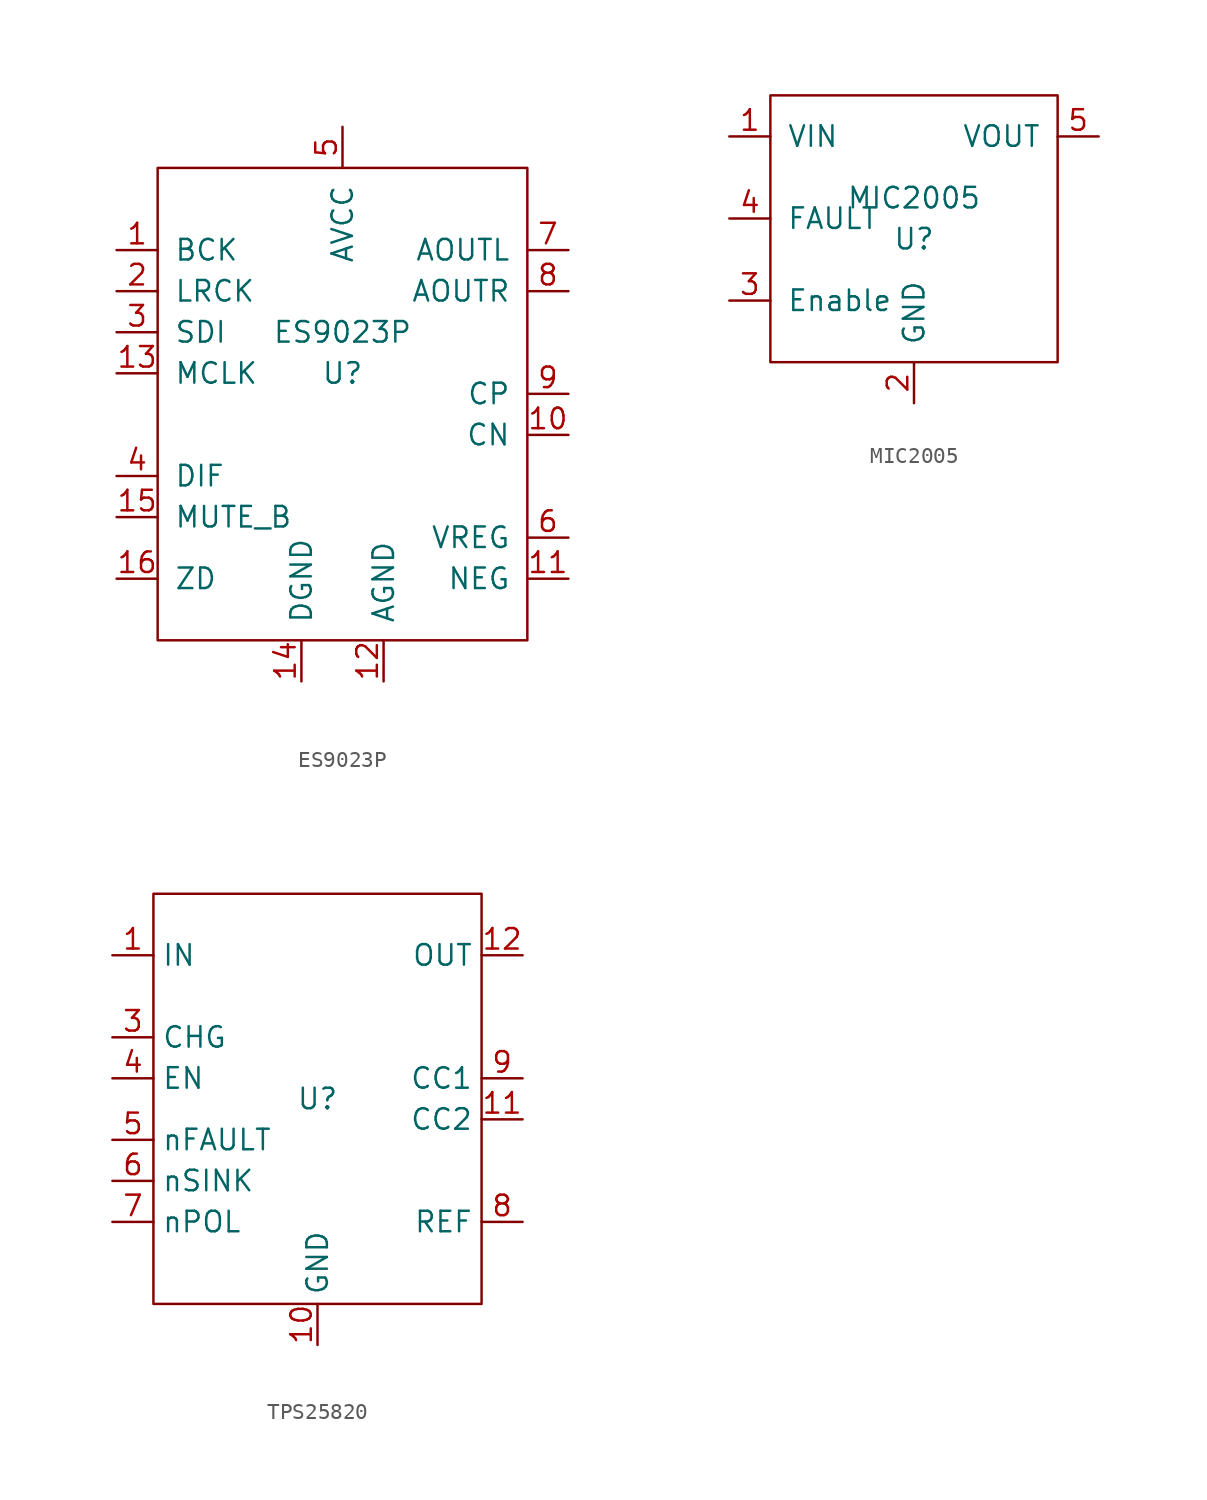
<source format=kicad_sym>
(kicad_symbol_lib
  (version 20220914)
  (generator kicad_symbol_editor)
  (symbol "ES9023P"
    (pin_names
      (offset 1.016))
    (property "Reference" "U"
      (at 0 2.54 0)
      (effects (font (size 1.27 1.27))))
    (property "Value" "ES9023P"
      (at 0 5.08 0)
      (effects (font (size 1.27 1.27))))
    (symbol "ES9023P_0_1"
      (rectangle (start 11.43 15.24) (end -11.43 -13.97) (stroke (width 0) (type solid)) (fill (type none))))
    (symbol "ES9023P_1_1"
      (pin input line (at -13.97 10.16 0) (length 2.54) (name "BCK" (effects (font (size 1.27 1.27)))) (number "1" (effects (font (size 1.27 1.27)))))
      (pin output line (at 13.97 -1.27 180) (length 2.54) (name "CN" (effects (font (size 1.27 1.27)))) (number "10" (effects (font (size 1.27 1.27)))))
      (pin power_out line (at 13.97 -10.16 180) (length 2.54) (name "NEG" (effects (font (size 1.27 1.27)))) (number "11" (effects (font (size 1.27 1.27)))))
      (pin power_in line (at 2.54 -16.51 90) (length 2.54) (name "AGND" (effects (font (size 1.27 1.27)))) (number "12" (effects (font (size 1.27 1.27)))))
      (pin input line (at -13.97 2.54 0) (length 2.54) (name "MCLK" (effects (font (size 1.27 1.27)))) (number "13" (effects (font (size 1.27 1.27)))))
      (pin power_in line (at -2.54 -16.51 90) (length 2.54) (name "DGND" (effects (font (size 1.27 1.27)))) (number "14" (effects (font (size 1.27 1.27)))))
      (pin input line (at -13.97 -6.35 0) (length 2.54) (name "MUTE_B" (effects (font (size 1.27 1.27)))) (number "15" (effects (font (size 1.27 1.27)))))
      (pin output line (at -13.97 -10.16 0) (length 2.54) (name "ZD" (effects (font (size 1.27 1.27)))) (number "16" (effects (font (size 1.27 1.27)))))
      (pin input line (at -13.97 7.62 0) (length 2.54) (name "LRCK" (effects (font (size 1.27 1.27)))) (number "2" (effects (font (size 1.27 1.27)))))
      (pin input line (at -13.97 5.08 0) (length 2.54) (name "SDI" (effects (font (size 1.27 1.27)))) (number "3" (effects (font (size 1.27 1.27)))))
      (pin input line (at -13.97 -3.81 0) (length 2.54) (name "DIF" (effects (font (size 1.27 1.27)))) (number "4" (effects (font (size 1.27 1.27)))))
      (pin power_in line (at 0 17.78 270) (length 2.54) (name "AVCC" (effects (font (size 1.27 1.27)))) (number "5" (effects (font (size 1.27 1.27)))))
      (pin power_out line (at 13.97 -7.62 180) (length 2.54) (name "VREG" (effects (font (size 1.27 1.27)))) (number "6" (effects (font (size 1.27 1.27)))))
      (pin output line (at 13.97 10.16 180) (length 2.54) (name "AOUTL" (effects (font (size 1.27 1.27)))) (number "7" (effects (font (size 1.27 1.27)))))
      (pin output line (at 13.97 7.62 180) (length 2.54) (name "AOUTR" (effects (font (size 1.27 1.27)))) (number "8" (effects (font (size 1.27 1.27)))))
      (pin output line (at 13.97 1.27 180) (length 2.54) (name "CP" (effects (font (size 1.27 1.27)))) (number "9" (effects (font (size 1.27 1.27)))))))
  (symbol "MIC2005"
    (pin_names
      (offset 1.016))
    (property "Reference" "U"
      (at 0 -1.27 0)
      (effects (font (size 1.27 1.27))))
    (property "Value" "MIC2005"
      (at 0 1.27 0)
      (effects (font (size 1.27 1.27))))
    (symbol "MIC2005_0_1"
      (rectangle (start -8.89 7.62) (end 8.89 -8.89) (stroke (width 0) (type solid)) (fill (type none))))
    (symbol "MIC2005_1_1"
      (pin power_in line (at -11.43 5.08 0) (length 2.54) (name "VIN" (effects (font (size 1.27 1.27)))) (number "1" (effects (font (size 1.27 1.27)))))
      (pin power_in line (at 0 -11.43 90) (length 2.54) (name "GND" (effects (font (size 1.27 1.27)))) (number "2" (effects (font (size 1.27 1.27)))))
      (pin input line (at -11.43 -5.08 0) (length 2.54) (name "Enable" (effects (font (size 1.27 1.27)))) (number "3" (effects (font (size 1.27 1.27)))))
      (pin output line (at -11.43 0 0) (length 2.54) (name "FAULT" (effects (font (size 1.27 1.27)))) (number "4" (effects (font (size 1.27 1.27)))))
      (pin power_out line (at 11.43 5.08 180) (length 2.54) (name "VOUT" (effects (font (size 1.27 1.27)))) (number "5" (effects (font (size 1.27 1.27)))))))
  (symbol "TPS25820"
    (property "Reference" "U"
      (at 0 0 0)
      (effects (font (size 1.27 1.27))))
    (property "Value" ""
      (at 0 0 0)
      (effects (font (size 1.27 1.27))))
    (symbol "TPS25820_0_1"
      (rectangle (start -10.16 12.7) (end 10.16 -12.7) (stroke (width 0) (type default)) (fill (type none))))
    (symbol "TPS25820_1_1"
      (pin power_in line (at -12.7 8.89 0) (length 2.54) (name "IN" (effects (font (size 1.27 1.27)))) (number "1" (effects (font (size 1.27 1.27)))))
      (pin passive line (at 0 -15.24 90) (length 2.54) (name "GND" (effects (font (size 1.27 1.27)))) (number "10" (effects (font (size 1.27 1.27)))))
      (pin bidirectional line (at 12.7 -1.27 180) (length 2.54) (name "CC2" (effects (font (size 1.27 1.27)))) (number "11" (effects (font (size 1.27 1.27)))))
      (pin power_out line (at 12.7 8.89 180) (length 2.54) (name "OUT" (effects (font (size 1.27 1.27)))) (number "12" (effects (font (size 1.27 1.27)))))
      (pin passive line (at 0 -15.24 90) (length 2.54) hide (name "EP" (effects (font (size 1.27 1.27)))) (number "13" (effects (font (size 1.27 1.27)))))
      (pin power_in line (at -12.7 8.89 0) (length 2.54) hide (name "IN" (effects (font (size 1.27 1.27)))) (number "2" (effects (font (size 1.27 1.27)))))
      (pin input line (at -12.7 3.81 0) (length 2.54) (name "CHG" (effects (font (size 1.27 1.27)))) (number "3" (effects (font (size 1.27 1.27)))))
      (pin input line (at -12.7 1.27 0) (length 2.54) (name "EN" (effects (font (size 1.27 1.27)))) (number "4" (effects (font (size 1.27 1.27)))))
      (pin output line (at -12.7 -2.54 0) (length 2.54) (name "nFAULT" (effects (font (size 1.27 1.27)))) (number "5" (effects (font (size 1.27 1.27)))))
      (pin output line (at -12.7 -5.08 0) (length 2.54) (name "nSINK" (effects (font (size 1.27 1.27)))) (number "6" (effects (font (size 1.27 1.27)))))
      (pin output line (at -12.7 -7.62 0) (length 2.54) (name "nPOL" (effects (font (size 1.27 1.27)))) (number "7" (effects (font (size 1.27 1.27)))))
      (pin input line (at 12.7 -7.62 180) (length 2.54) (name "REF" (effects (font (size 1.27 1.27)))) (number "8" (effects (font (size 1.27 1.27)))))
      (pin bidirectional line (at 12.7 1.27 180) (length 2.54) (name "CC1" (effects (font (size 1.27 1.27)))) (number "9" (effects (font (size 1.27 1.27))))))))
</source>
